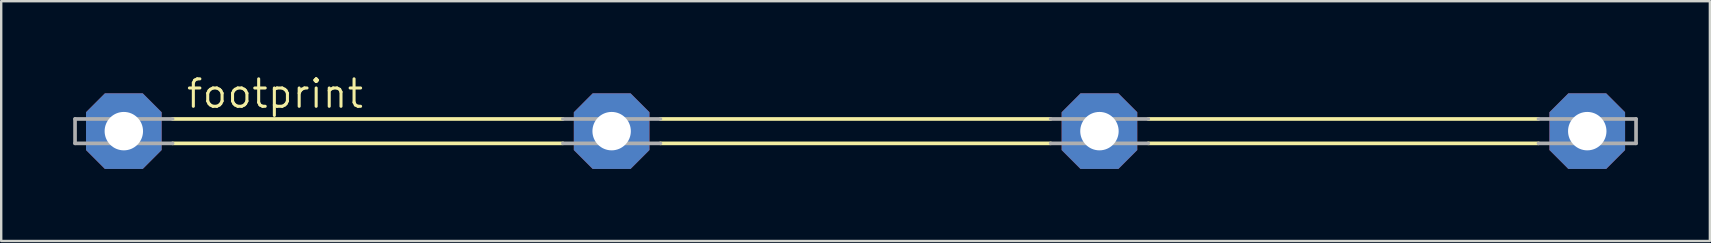
<source format=kicad_pcb>
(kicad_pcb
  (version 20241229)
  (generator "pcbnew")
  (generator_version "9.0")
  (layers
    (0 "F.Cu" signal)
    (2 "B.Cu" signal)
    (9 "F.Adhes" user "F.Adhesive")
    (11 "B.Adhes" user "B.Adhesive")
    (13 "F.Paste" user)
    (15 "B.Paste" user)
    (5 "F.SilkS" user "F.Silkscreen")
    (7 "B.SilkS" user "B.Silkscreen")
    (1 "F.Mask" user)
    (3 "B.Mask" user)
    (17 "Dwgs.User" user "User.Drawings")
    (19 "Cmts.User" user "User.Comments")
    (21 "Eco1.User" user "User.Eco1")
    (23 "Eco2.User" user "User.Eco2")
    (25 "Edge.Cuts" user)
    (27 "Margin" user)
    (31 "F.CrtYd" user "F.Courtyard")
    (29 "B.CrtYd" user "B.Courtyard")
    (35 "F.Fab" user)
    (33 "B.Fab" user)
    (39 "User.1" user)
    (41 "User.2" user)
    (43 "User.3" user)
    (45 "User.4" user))
  (footprint "footprint"
    (layer "F.Cu")
    (at 32.588 2.413)
    (property "Reference" "footprint" (at -27.94 -0.889 0) (layer "F.SilkS") (effects (font (size 1.143 1.143) (thickness 0.127)) (justify left bottom)))
    (fp_line (start -28.448 -0.508) (end -12.192 -0.508) (stroke (width 0.152) (type solid)) (layer "F.SilkS"))
    (fp_line (start -28.448 0.508) (end -12.192 0.508) (stroke (width 0.152) (type solid)) (layer "F.SilkS"))
    (fp_line (start -8.128 -0.508) (end 8.128 -0.508) (stroke (width 0.152) (type solid)) (layer "F.SilkS"))
    (fp_line (start -8.128 0.508) (end 8.128 0.508) (stroke (width 0.152) (type solid)) (layer "F.SilkS"))
    (fp_line (start 12.192 -0.508) (end 28.448 -0.508) (stroke (width 0.152) (type solid)) (layer "F.SilkS"))
    (fp_line (start 12.192 0.508) (end 28.448 0.508) (stroke (width 0.152) (type solid)) (layer "F.SilkS"))
    (fp_line (start -32.512 -0.508) (end -32.512 0.508) (stroke (width 0.152) (type solid)) (layer "F.Fab"))
    (fp_line (start -32.512 0.508) (end -28.448 0.508) (stroke (width 0.152) (type solid)) (layer "F.Fab"))
    (fp_line (start -28.448 -0.508) (end -32.512 -0.508) (stroke (width 0.152) (type solid)) (layer "F.Fab"))
    (fp_line (start -12.192 0.508) (end -8.128 0.508) (stroke (width 0.152) (type solid)) (layer "F.Fab"))
    (fp_line (start -8.128 -0.508) (end -12.192 -0.508) (stroke (width 0.152) (type solid)) (layer "F.Fab"))
    (fp_line (start 8.128 -0.508) (end 12.192 -0.508) (stroke (width 0.152) (type solid)) (layer "F.Fab"))
    (fp_line (start 8.128 0.508) (end 12.192 0.508) (stroke (width 0.152) (type solid)) (layer "F.Fab"))
    (fp_line (start 28.448 0.508) (end 32.512 0.508) (stroke (width 0.152) (type solid)) (layer "F.Fab"))
    (fp_line (start 32.512 -0.508) (end 28.448 -0.508) (stroke (width 0.152) (type solid)) (layer "F.Fab"))
    (fp_line (start 32.512 0.508) (end 32.512 -0.508) (stroke (width 0.152) (type solid)) (layer "F.Fab"))
    (pad "1" thru_hole roundrect (at -30.48 0) (size 3.15 3.15) (drill 1.6) (layers "*.Cu" "*.Mask") (roundrect_rratio 0.25) (chamfer_ratio 0.25) (chamfer top_left top_right bottom_left bottom_right))
    (pad "2" thru_hole roundrect (at -10.16 0) (size 3.15 3.15) (drill 1.6) (layers "*.Cu" "*.Mask") (roundrect_rratio 0.25) (chamfer_ratio 0.25) (chamfer top_left top_right bottom_left bottom_right))
    (pad "3" thru_hole roundrect (at 10.16 0) (size 3.15 3.15) (drill 1.6) (layers "*.Cu" "*.Mask") (roundrect_rratio 0.25) (chamfer_ratio 0.25) (chamfer top_left top_right bottom_left bottom_right))
    (pad "4" thru_hole roundrect (at 30.48 0) (size 3.15 3.15) (drill 1.6) (layers "*.Cu" "*.Mask") (roundrect_rratio 0.25) (chamfer_ratio 0.25) (chamfer top_left top_right bottom_left bottom_right)))
  (gr_rect
    (start -3 -3)
    (end 68.176 6.988)
    (stroke (width 0.1) (type default))
    (fill no)
    (layer "Edge.Cuts")))
</source>
